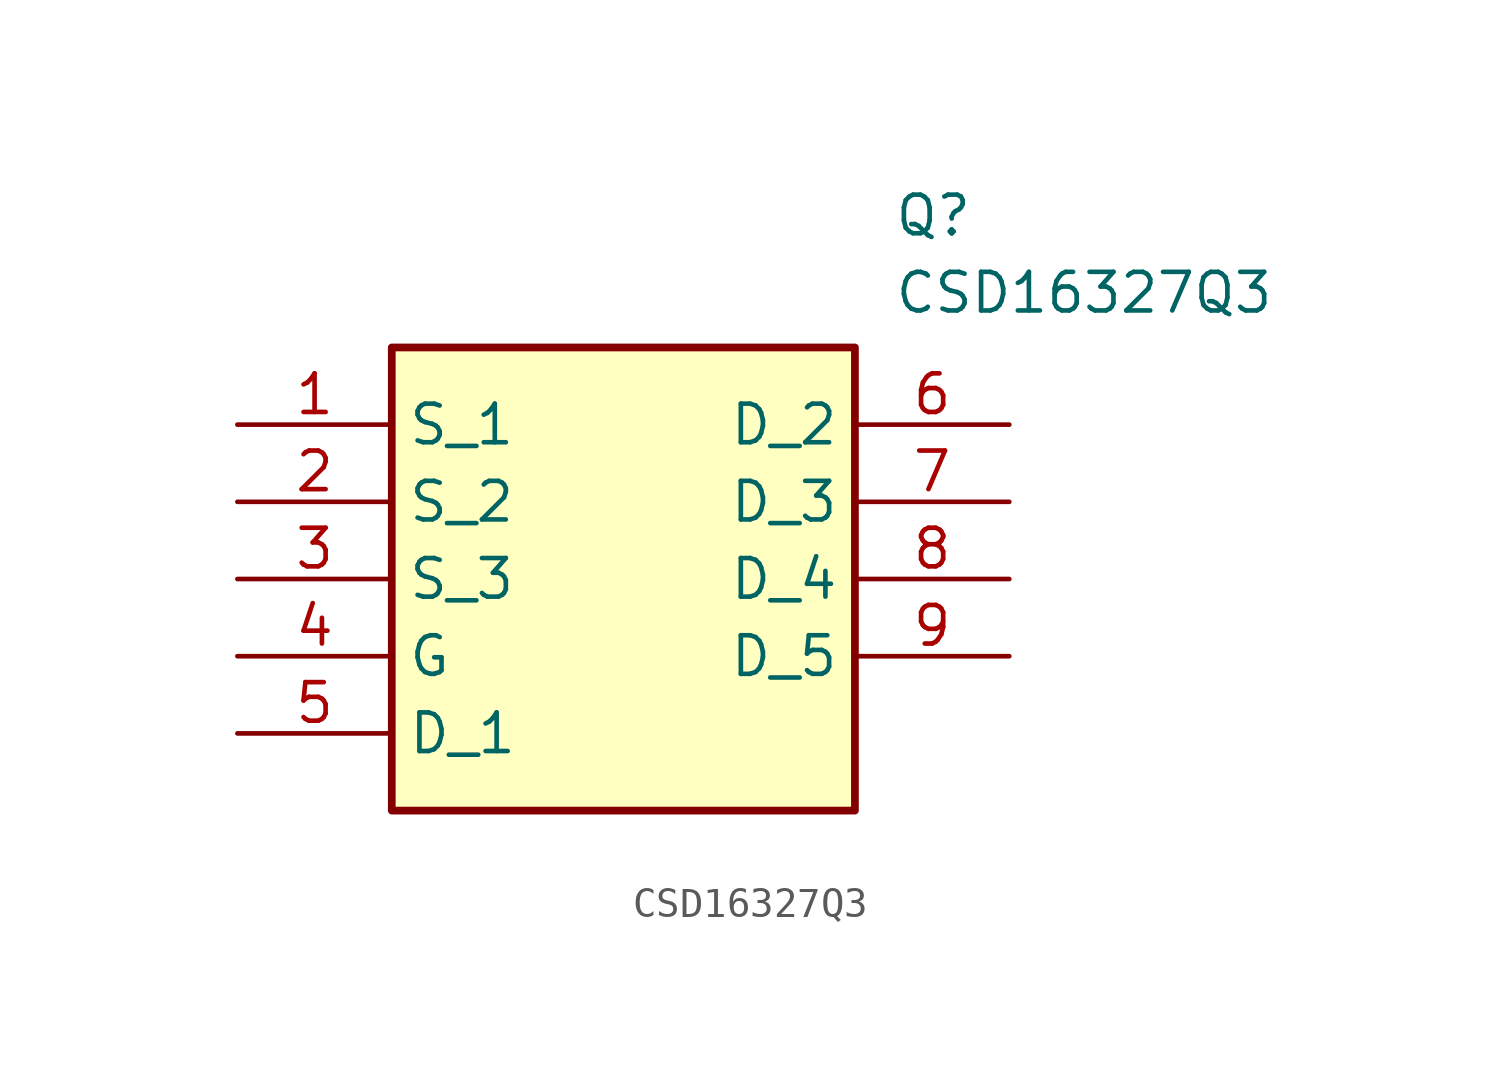
<source format=kicad_sym>
(kicad_symbol_lib
  (version 20211014)
  (generator SamacSys_ECAD_Model)
  (symbol "CSD16327Q3"
    (property "Reference" "Q"
      (at 21.59 7.62 0)
      (effects (font (size 1.27 1.27)) (justify left top)))
    (property "Value" "CSD16327Q3"
      (at 21.59 5.08 0)
      (effects (font (size 1.27 1.27)) (justify left top)))
    (rectangle
      (start 5.08 2.54)
      (end 20.32 -12.7)
      (stroke (width 0.254) (type default))
      (fill (type background)))
    (pin passive line
      (at 0 0 0)
      (length 5.08)
      (name "S_1" (effects (font (size 1.27 1.27))))
      (number "1" (effects (font (size 1.27 1.27)))))
    (pin passive line
      (at 0 -2.54 0)
      (length 5.08)
      (name "S_2" (effects (font (size 1.27 1.27))))
      (number "2" (effects (font (size 1.27 1.27)))))
    (pin passive line
      (at 0 -5.08 0)
      (length 5.08)
      (name "S_3" (effects (font (size 1.27 1.27))))
      (number "3" (effects (font (size 1.27 1.27)))))
    (pin passive line
      (at 0 -7.62 0)
      (length 5.08)
      (name "G" (effects (font (size 1.27 1.27))))
      (number "4" (effects (font (size 1.27 1.27)))))
    (pin passive line
      (at 0 -10.16 0)
      (length 5.08)
      (name "D_1" (effects (font (size 1.27 1.27))))
      (number "5" (effects (font (size 1.27 1.27)))))
    (pin passive line
      (at 25.4 0 180)
      (length 5.08)
      (name "D_2" (effects (font (size 1.27 1.27))))
      (number "6" (effects (font (size 1.27 1.27)))))
    (pin passive line
      (at 25.4 -2.54 180)
      (length 5.08)
      (name "D_3" (effects (font (size 1.27 1.27))))
      (number "7" (effects (font (size 1.27 1.27)))))
    (pin passive line
      (at 25.4 -5.08 180)
      (length 5.08)
      (name "D_4" (effects (font (size 1.27 1.27))))
      (number "8" (effects (font (size 1.27 1.27)))))
    (pin passive line
      (at 25.4 -7.62 180)
      (length 5.08)
      (name "D_5" (effects (font (size 1.27 1.27))))
      (number "9" (effects (font (size 1.27 1.27)))))))
</source>
